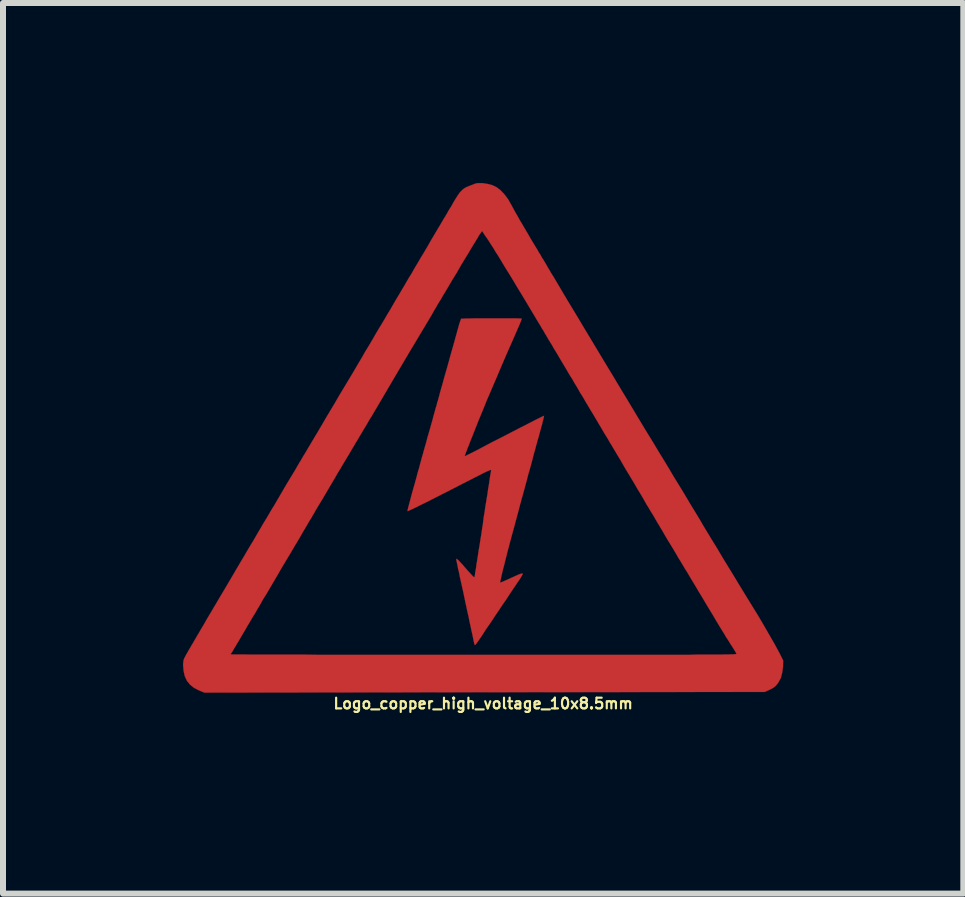
<source format=kicad_pcb>
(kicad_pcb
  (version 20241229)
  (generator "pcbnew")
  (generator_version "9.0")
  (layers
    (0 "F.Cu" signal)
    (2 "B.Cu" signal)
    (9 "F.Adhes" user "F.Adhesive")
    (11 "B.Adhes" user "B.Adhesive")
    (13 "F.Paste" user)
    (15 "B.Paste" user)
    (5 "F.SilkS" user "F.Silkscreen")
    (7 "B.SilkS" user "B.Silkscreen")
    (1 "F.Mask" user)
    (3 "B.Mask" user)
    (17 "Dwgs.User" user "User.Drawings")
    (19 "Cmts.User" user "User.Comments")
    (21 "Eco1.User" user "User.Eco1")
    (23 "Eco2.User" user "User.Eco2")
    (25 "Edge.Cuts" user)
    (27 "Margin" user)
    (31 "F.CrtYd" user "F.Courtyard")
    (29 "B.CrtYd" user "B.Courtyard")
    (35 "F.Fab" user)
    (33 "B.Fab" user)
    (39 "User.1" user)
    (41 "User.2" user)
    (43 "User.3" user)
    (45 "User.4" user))
  (footprint "Logo_copper_high_voltage_10x8.5mm"
    (layer "F.Cu")
    (at 5 4.235)
    (property "Reference" "Logo_copper_high_voltage_10x8.5mm" (at 0 4.437 0) (layer "F.SilkS") (effects (font (size 0.178 0.178) (thickness 0.036))))
    (attr through_hole)
    (fp_poly (pts (xy 1.016 -0.358) (xy 1.013 -0.348) (xy 1.008 -0.323) (xy 0.998 -0.284) (xy 0.986 -0.239) (xy 0.986 -0.229) (xy 0.968 -0.17) (xy 0.95 -0.102) (xy 0.93 -0.028) (xy 0.912 0.036) (xy 0.909 0.043) (xy 0.897 0.089) (xy 0.884 0.132) (xy 0.874 0.175) (xy 0.861 0.221) (xy 0.846 0.272) (xy 0.831 0.33) (xy 0.813 0.401) (xy 0.79 0.485) (xy 0.762 0.587) (xy 0.759 0.589) (xy 0.732 0.696) (xy 0.709 0.782) (xy 0.688 0.859) (xy 0.671 0.922) (xy 0.655 0.98) (xy 0.64 1.031) (xy 0.627 1.082) (xy 0.612 1.133) (xy 0.61 1.146) (xy 0.594 1.204) (xy 0.579 1.262) (xy 0.564 1.316) (xy 0.554 1.356) (xy 0.551 1.367) (xy 0.511 1.514) (xy 0.472 1.656) (xy 0.437 1.788) (xy 0.404 1.913) (xy 0.376 2.024) (xy 0.351 2.126) (xy 0.328 2.212) (xy 0.31 2.289) (xy 0.297 2.347) (xy 0.287 2.388) (xy 0.284 2.413) (xy 0.284 2.421) (xy 0.297 2.418) (xy 0.323 2.408) (xy 0.363 2.39) (xy 0.409 2.37) (xy 0.455 2.349) (xy 0.521 2.319) (xy 0.572 2.296) (xy 0.607 2.281) (xy 0.632 2.273) (xy 0.65 2.271) (xy 0.658 2.273) (xy 0.66 2.273) (xy 0.66 2.276) (xy 0.658 2.283) (xy 0.653 2.294) (xy 0.643 2.309) (xy 0.63 2.332) (xy 0.61 2.365) (xy 0.582 2.405) (xy 0.546 2.459) (xy 0.503 2.522) (xy 0.45 2.601) (xy 0.389 2.695) (xy 0.376 2.715) (xy 0.32 2.794) (xy 0.262 2.883) (xy 0.201 2.972) (xy 0.145 3.058) (xy 0.091 3.137) (xy 0.043 3.205) (xy 0.03 3.226) (xy -0.015 3.297) (xy -0.053 3.353) (xy -0.081 3.393) (xy -0.104 3.424) (xy -0.119 3.447) (xy -0.13 3.457) (xy -0.137 3.462) (xy -0.14 3.462) (xy -0.142 3.457) (xy -0.142 3.454) (xy -0.147 3.439) (xy -0.155 3.409) (xy -0.163 3.368) (xy -0.173 3.32) (xy -0.18 3.284) (xy -0.193 3.231) (xy -0.206 3.165) (xy -0.224 3.086) (xy -0.241 3) (xy -0.262 2.908) (xy -0.282 2.814) (xy -0.29 2.779) (xy -0.31 2.682) (xy -0.33 2.586) (xy -0.351 2.492) (xy -0.371 2.403) (xy -0.389 2.324) (xy -0.401 2.258) (xy -0.414 2.205) (xy -0.417 2.195) (xy -0.427 2.139) (xy -0.437 2.093) (xy -0.445 2.055) (xy -0.447 2.032) (xy -0.447 2.027) (xy -0.439 2.027) (xy -0.429 2.035) (xy -0.409 2.052) (xy -0.381 2.083) (xy -0.343 2.123) (xy -0.297 2.177) (xy -0.246 2.235) (xy -0.208 2.276) (xy -0.18 2.306) (xy -0.163 2.324) (xy -0.15 2.332) (xy -0.145 2.332) (xy -0.142 2.322) (xy -0.137 2.294) (xy -0.132 2.253) (xy -0.122 2.2) (xy -0.114 2.141) (xy -0.112 2.123) (xy -0.099 2.047) (xy -0.086 1.963) (xy -0.074 1.882) (xy -0.061 1.808) (xy -0.053 1.758) (xy -0.043 1.692) (xy -0.03 1.613) (xy -0.018 1.529) (xy -0.005 1.45) (xy 0 1.407) (xy 0.01 1.328) (xy 0.025 1.24) (xy 0.038 1.148) (xy 0.053 1.062) (xy 0.058 1.026) (xy 0.071 0.953) (xy 0.081 0.876) (xy 0.094 0.8) (xy 0.104 0.734) (xy 0.109 0.696) (xy 0.117 0.645) (xy 0.124 0.602) (xy 0.13 0.569) (xy 0.132 0.554) (xy 0.132 0.551) (xy 0.132 0.546) (xy 0.124 0.544) (xy 0.112 0.549) (xy 0.086 0.559) (xy 0.053 0.574) (xy 0.005 0.597) (xy -0.053 0.627) (xy -0.13 0.665) (xy -0.173 0.688) (xy -0.358 0.782) (xy -0.526 0.869) (xy -0.676 0.945) (xy -0.81 1.013) (xy -0.925 1.072) (xy -1.024 1.12) (xy -1.105 1.161) (xy -1.168 1.191) (xy -1.217 1.214) (xy -1.247 1.227) (xy -1.26 1.232) (xy -1.26 1.229) (xy -1.26 1.217) (xy -1.252 1.186) (xy -1.24 1.138) (xy -1.224 1.079) (xy -1.206 1.011) (xy -1.186 0.935) (xy -1.163 0.853) (xy -1.138 0.767) (xy -1.12 0.701) (xy -1.102 0.635) (xy -1.085 0.569) (xy -1.067 0.511) (xy -1.054 0.46) (xy -1.046 0.429) (xy -1.034 0.386) (xy -1.019 0.33) (xy -1.001 0.269) (xy -0.986 0.213) (xy -0.968 0.15) (xy -0.947 0.079) (xy -0.93 0.01) (xy -0.917 -0.033) (xy -0.902 -0.084) (xy -0.884 -0.147) (xy -0.864 -0.218) (xy -0.843 -0.292) (xy -0.831 -0.34) (xy -0.813 -0.404) (xy -0.795 -0.47) (xy -0.777 -0.528) (xy -0.765 -0.579) (xy -0.754 -0.61) (xy -0.747 -0.638) (xy -0.734 -0.683) (xy -0.719 -0.742) (xy -0.699 -0.813) (xy -0.676 -0.892) (xy -0.653 -0.978) (xy -0.627 -1.069) (xy -0.615 -1.11) (xy -0.587 -1.209) (xy -0.559 -1.311) (xy -0.531 -1.412) (xy -0.503 -1.509) (xy -0.478 -1.598) (xy -0.457 -1.676) (xy -0.439 -1.737) (xy -0.437 -1.748) (xy -0.419 -1.811) (xy -0.404 -1.867) (xy -0.389 -1.915) (xy -0.376 -1.951) (xy -0.368 -1.971) (xy -0.366 -1.974) (xy -0.353 -1.976) (xy -0.325 -1.976) (xy -0.279 -1.979) (xy -0.221 -1.979) (xy -0.152 -1.981) (xy -0.076 -1.981) (xy 0.003 -1.981) (xy 0.089 -1.981) (xy 0.175 -1.981) (xy 0.264 -1.981) (xy 0.345 -1.981) (xy 0.424 -1.981) (xy 0.493 -1.981) (xy 0.551 -1.981) (xy 0.597 -1.979) (xy 0.627 -1.979) (xy 0.643 -1.976) (xy 0.64 -1.966) (xy 0.632 -1.941) (xy 0.617 -1.905) (xy 0.602 -1.869) (xy 0.503 -1.641) (xy 0.404 -1.417) (xy 0.312 -1.204) (xy 0.224 -0.996) (xy 0.14 -0.8) (xy 0.061 -0.617) (xy -0.008 -0.445) (xy -0.074 -0.287) (xy -0.13 -0.145) (xy -0.18 -0.018) (xy -0.193 0.013) (xy -0.218 0.076) (xy -0.241 0.137) (xy -0.262 0.188) (xy -0.277 0.231) (xy -0.29 0.259) (xy -0.29 0.264) (xy -0.3 0.292) (xy -0.307 0.31) (xy -0.307 0.315) (xy -0.297 0.312) (xy -0.272 0.3) (xy -0.229 0.279) (xy -0.173 0.251) (xy -0.104 0.216) (xy -0.023 0.173) (xy 0.069 0.124) (xy 0.17 0.071) (xy 0.282 0.015) (xy 0.401 -0.046) (xy 0.424 -0.058) (xy 0.518 -0.107) (xy 0.61 -0.155) (xy 0.696 -0.198) (xy 0.775 -0.239) (xy 0.843 -0.274) (xy 0.904 -0.305) (xy 0.955 -0.33) (xy 0.991 -0.348) (xy 1.011 -0.356) (xy 1.016 -0.358)) (stroke (width 0.003) (type solid)) (fill yes) (layer "F.Cu"))
    (fp_poly (pts (xy 4.999 3.721) (xy 4.996 3.82) (xy 4.983 3.919) (xy 4.961 4.008) (xy 4.92 4.084) (xy 4.897 4.115) (xy 4.874 4.143) (xy 4.846 4.166) (xy 4.813 4.186) (xy 4.775 4.206) (xy 4.691 4.244) (xy 4.221 4.244) (xy 4.221 3.609) (xy 4.214 3.594) (xy 4.199 3.569) (xy 4.176 3.531) (xy 4.148 3.485) (xy 4.13 3.459) (xy 4.112 3.432) (xy 4.1 3.409) (xy 4.084 3.386) (xy 4.072 3.365) (xy 4.056 3.343) (xy 4.041 3.32) (xy 4.026 3.292) (xy 4.006 3.259) (xy 3.98 3.218) (xy 3.952 3.172) (xy 3.919 3.117) (xy 3.879 3.051) (xy 3.833 2.972) (xy 3.777 2.88) (xy 3.713 2.774) (xy 3.647 2.662) (xy 3.589 2.568) (xy 3.536 2.477) (xy 3.485 2.393) (xy 3.439 2.316) (xy 3.399 2.248) (xy 3.363 2.192) (xy 3.338 2.149) (xy 3.32 2.118) (xy 3.31 2.103) (xy 3.299 2.083) (xy 3.279 2.05) (xy 3.251 2.007) (xy 3.221 1.953) (xy 3.188 1.897) (xy 3.17 1.867) (xy 3.127 1.796) (xy 3.078 1.717) (xy 3.03 1.636) (xy 2.987 1.56) (xy 2.946 1.494) (xy 2.946 1.491) (xy 2.908 1.43) (xy 2.87 1.364) (xy 2.835 1.303) (xy 2.802 1.25) (xy 2.779 1.212) (xy 2.753 1.168) (xy 2.72 1.115) (xy 2.685 1.052) (xy 2.647 0.986) (xy 2.609 0.922) (xy 2.606 0.919) (xy 2.565 0.851) (xy 2.52 0.772) (xy 2.469 0.688) (xy 2.421 0.607) (xy 2.377 0.536) (xy 2.337 0.467) (xy 2.291 0.386) (xy 2.24 0.302) (xy 2.189 0.216) (xy 2.141 0.135) (xy 2.118 0.099) (xy 2.075 0.023) (xy 2.024 -0.058) (xy 1.974 -0.145) (xy 1.925 -0.226) (xy 1.882 -0.3) (xy 1.864 -0.33) (xy 1.829 -0.389) (xy 1.796 -0.442) (xy 1.768 -0.49) (xy 1.745 -0.528) (xy 1.73 -0.554) (xy 1.727 -0.559) (xy 1.714 -0.579) (xy 1.694 -0.615) (xy 1.669 -0.658) (xy 1.638 -0.709) (xy 1.615 -0.744) (xy 1.585 -0.798) (xy 1.557 -0.846) (xy 1.532 -0.886) (xy 1.514 -0.917) (xy 1.506 -0.93) (xy 1.496 -0.95) (xy 1.476 -0.983) (xy 1.448 -1.026) (xy 1.417 -1.079) (xy 1.384 -1.135) (xy 1.369 -1.161) (xy 1.326 -1.232) (xy 1.278 -1.313) (xy 1.227 -1.4) (xy 1.176 -1.483) (xy 1.133 -1.56) (xy 1.13 -1.562) (xy 1.092 -1.623) (xy 1.059 -1.681) (xy 1.026 -1.735) (xy 1.001 -1.781) (xy 0.98 -1.811) (xy 0.975 -1.821) (xy 0.958 -1.852) (xy 0.93 -1.897) (xy 0.894 -1.956) (xy 0.853 -2.027) (xy 0.805 -2.106) (xy 0.752 -2.195) (xy 0.696 -2.289) (xy 0.638 -2.385) (xy 0.577 -2.484) (xy 0.518 -2.583) (xy 0.46 -2.68) (xy 0.401 -2.774) (xy 0.348 -2.86) (xy 0.3 -2.941) (xy 0.257 -3.012) (xy 0.218 -3.073) (xy 0.213 -3.078) (xy 0.175 -3.145) (xy 0.135 -3.205) (xy 0.097 -3.266) (xy 0.061 -3.32) (xy 0.028 -3.365) (xy 0.005 -3.401) (xy -0.01 -3.426) (xy -0.02 -3.434) (xy -0.025 -3.426) (xy -0.043 -3.401) (xy -0.069 -3.363) (xy -0.102 -3.307) (xy -0.142 -3.241) (xy -0.191 -3.162) (xy -0.244 -3.071) (xy -0.305 -2.972) (xy -0.371 -2.863) (xy -0.439 -2.743) (xy -0.516 -2.619) (xy -0.592 -2.489) (xy -0.673 -2.355) (xy -0.714 -2.283) (xy -0.729 -2.261) (xy -0.752 -2.223) (xy -0.78 -2.174) (xy -0.815 -2.116) (xy -0.851 -2.052) (xy -0.889 -1.986) (xy -1.059 -1.702) (xy -1.222 -1.43) (xy -1.377 -1.168) (xy -1.527 -0.914) (xy -1.671 -0.668) (xy -1.816 -0.422) (xy -1.857 -0.353) (xy -1.895 -0.292) (xy -1.93 -0.231) (xy -1.963 -0.175) (xy -1.991 -0.13) (xy -2.012 -0.094) (xy -2.017 -0.084) (xy -2.035 -0.056) (xy -2.06 -0.013) (xy -2.09 0.038) (xy -2.126 0.097) (xy -2.164 0.163) (xy -2.192 0.208) (xy -2.23 0.274) (xy -2.268 0.338) (xy -2.304 0.396) (xy -2.334 0.447) (xy -2.357 0.485) (xy -2.367 0.505) (xy -2.39 0.541) (xy -2.418 0.587) (xy -2.449 0.64) (xy -2.479 0.693) (xy -2.484 0.701) (xy -2.532 0.782) (xy -2.581 0.866) (xy -2.629 0.947) (xy -2.675 1.026) (xy -2.718 1.095) (xy -2.751 1.151) (xy -2.764 1.171) (xy -2.789 1.214) (xy -2.814 1.26) (xy -2.837 1.298) (xy -2.84 1.3) (xy -2.852 1.326) (xy -2.878 1.367) (xy -2.911 1.422) (xy -2.954 1.496) (xy -3.005 1.582) (xy -3.063 1.684) (xy -3.132 1.798) (xy -3.205 1.923) (xy -3.289 2.062) (xy -3.378 2.212) (xy -3.381 2.217) (xy -3.426 2.296) (xy -3.475 2.38) (xy -3.526 2.466) (xy -3.574 2.548) (xy -3.617 2.621) (xy -3.645 2.664) (xy -3.683 2.728) (xy -3.721 2.797) (xy -3.759 2.86) (xy -3.792 2.918) (xy -3.82 2.964) (xy -3.825 2.969) (xy -3.853 3.018) (xy -3.881 3.066) (xy -3.904 3.106) (xy -3.922 3.134) (xy -3.962 3.205) (xy -4.003 3.274) (xy -4.044 3.343) (xy -4.082 3.409) (xy -4.117 3.467) (xy -4.148 3.518) (xy -4.171 3.559) (xy -4.188 3.586) (xy -4.196 3.599) (xy -4.199 3.599) (xy -4.206 3.614) (xy -4.206 3.617) (xy -4.196 3.617) (xy -4.168 3.619) (xy -4.12 3.619) (xy -4.054 3.619) (xy -3.97 3.619) (xy -3.868 3.622) (xy -3.754 3.622) (xy -3.622 3.622) (xy -3.475 3.622) (xy -3.315 3.622) (xy -3.139 3.622) (xy -2.951 3.622) (xy -2.753 3.625) (xy -2.543 3.625) (xy -2.319 3.625) (xy -2.088 3.625) (xy -1.847 3.625) (xy -1.595 3.625) (xy -1.336 3.625) (xy -1.072 3.625) (xy -0.798 3.625) (xy -0.518 3.625) (xy -0.231 3.625) (xy 0.01 3.625) (xy 0.358 3.625) (xy 0.686 3.625) (xy 0.993 3.625) (xy 1.283 3.625) (xy 1.557 3.625) (xy 1.811 3.625) (xy 2.05 3.625) (xy 2.273 3.625) (xy 2.482 3.625) (xy 2.672 3.625) (xy 2.85 3.625) (xy 3.012 3.625) (xy 3.165 3.625) (xy 3.302 3.625) (xy 3.426 3.625) (xy 3.541 3.622) (xy 3.642 3.622) (xy 3.734 3.622) (xy 3.815 3.622) (xy 3.889 3.622) (xy 3.952 3.622) (xy 4.008 3.619) (xy 4.054 3.619) (xy 4.094 3.619) (xy 4.128 3.617) (xy 4.155 3.617) (xy 4.178 3.617) (xy 4.194 3.614) (xy 4.206 3.614) (xy 4.214 3.612) (xy 4.219 3.612) (xy 4.221 3.609) (xy 4.221 4.244) (xy 0.023 4.249) (xy -4.643 4.255) (xy -4.732 4.219) (xy -4.816 4.176) (xy -4.884 4.122) (xy -4.935 4.059) (xy -4.971 3.983) (xy -4.991 3.894) (xy -4.999 3.8) (xy -4.999 3.772) (xy -4.996 3.749) (xy -4.994 3.729) (xy -4.989 3.706) (xy -4.978 3.68) (xy -4.963 3.65) (xy -4.94 3.609) (xy -4.912 3.559) (xy -4.874 3.495) (xy -4.854 3.459) (xy -4.821 3.404) (xy -4.788 3.348) (xy -4.76 3.299) (xy -4.737 3.261) (xy -4.722 3.236) (xy -4.704 3.203) (xy -4.676 3.157) (xy -4.643 3.101) (xy -4.608 3.038) (xy -4.567 2.969) (xy -4.526 2.901) (xy -4.488 2.835) (xy -4.481 2.824) (xy -4.458 2.786) (xy -4.43 2.738) (xy -4.397 2.682) (xy -4.361 2.621) (xy -4.326 2.563) (xy -4.285 2.494) (xy -4.239 2.416) (xy -4.191 2.334) (xy -4.145 2.256) (xy -4.117 2.207) (xy -4.079 2.144) (xy -4.039 2.075) (xy -3.998 2.007) (xy -3.962 1.946) (xy -3.937 1.902) (xy -3.907 1.852) (xy -3.871 1.791) (xy -3.83 1.725) (xy -3.79 1.656) (xy -3.754 1.593) (xy -3.716 1.529) (xy -3.678 1.463) (xy -3.64 1.4) (xy -3.607 1.346) (xy -3.581 1.303) (xy -3.581 1.3) (xy -3.566 1.278) (xy -3.551 1.25) (xy -3.531 1.217) (xy -3.51 1.181) (xy -3.482 1.138) (xy -3.452 1.085) (xy -3.416 1.024) (xy -3.376 0.955) (xy -3.327 0.871) (xy -3.272 0.777) (xy -3.208 0.671) (xy -3.134 0.549) (xy -3.053 0.409) (xy -3.048 0.404) (xy -3.005 0.328) (xy -2.959 0.254) (xy -2.916 0.18) (xy -2.878 0.117) (xy -2.845 0.061) (xy -2.819 0.018) (xy -2.809 0) (xy -2.789 -0.033) (xy -2.761 -0.079) (xy -2.725 -0.14) (xy -2.685 -0.208) (xy -2.642 -0.282) (xy -2.596 -0.361) (xy -2.555 -0.429) (xy -2.471 -0.569) (xy -2.393 -0.704) (xy -2.316 -0.831) (xy -2.245 -0.95) (xy -2.179 -1.059) (xy -2.121 -1.158) (xy -2.07 -1.245) (xy -2.029 -1.313) (xy -2.007 -1.351) (xy -1.989 -1.384) (xy -1.961 -1.433) (xy -1.925 -1.491) (xy -1.882 -1.562) (xy -1.836 -1.641) (xy -1.788 -1.725) (xy -1.737 -1.811) (xy -1.699 -1.872) (xy -1.646 -1.961) (xy -1.593 -2.052) (xy -1.539 -2.141) (xy -1.491 -2.225) (xy -1.445 -2.304) (xy -1.405 -2.37) (xy -1.374 -2.423) (xy -1.359 -2.449) (xy -1.321 -2.512) (xy -1.28 -2.583) (xy -1.24 -2.652) (xy -1.201 -2.713) (xy -1.181 -2.748) (xy -1.151 -2.802) (xy -1.113 -2.865) (xy -1.072 -2.934) (xy -1.031 -3.005) (xy -1.001 -3.053) (xy -0.927 -3.178) (xy -0.864 -3.289) (xy -0.805 -3.388) (xy -0.754 -3.475) (xy -0.711 -3.546) (xy -0.678 -3.602) (xy -0.655 -3.642) (xy -0.64 -3.665) (xy -0.625 -3.691) (xy -0.602 -3.729) (xy -0.577 -3.774) (xy -0.546 -3.825) (xy -0.538 -3.835) (xy -0.493 -3.917) (xy -0.455 -3.98) (xy -0.422 -4.031) (xy -0.394 -4.072) (xy -0.366 -4.102) (xy -0.34 -4.128) (xy -0.312 -4.148) (xy -0.282 -4.166) (xy -0.244 -4.181) (xy -0.201 -4.199) (xy -0.193 -4.201) (xy -0.15 -4.219) (xy -0.119 -4.229) (xy -0.089 -4.234) (xy -0.058 -4.234) (xy -0.013 -4.234) (xy 0.071 -4.221) (xy 0.15 -4.201) (xy 0.224 -4.166) (xy 0.29 -4.115) (xy 0.353 -4.049) (xy 0.414 -3.967) (xy 0.472 -3.866) (xy 0.505 -3.805) (xy 0.518 -3.78) (xy 0.541 -3.739) (xy 0.572 -3.686) (xy 0.607 -3.622) (xy 0.65 -3.551) (xy 0.696 -3.472) (xy 0.744 -3.391) (xy 0.792 -3.307) (xy 0.843 -3.223) (xy 0.892 -3.142) (xy 0.935 -3.068) (xy 0.953 -3.043) (xy 0.975 -3) (xy 1.008 -2.949) (xy 1.044 -2.888) (xy 1.082 -2.822) (xy 1.123 -2.753) (xy 1.125 -2.748) (xy 1.179 -2.662) (xy 1.24 -2.558) (xy 1.311 -2.438) (xy 1.389 -2.306) (xy 1.478 -2.159) (xy 1.575 -1.999) (xy 1.676 -1.829) (xy 1.786 -1.646) (xy 1.902 -1.453) (xy 2.024 -1.25) (xy 2.151 -1.041) (xy 2.281 -0.823) (xy 2.418 -0.597) (xy 2.555 -0.368) (xy 2.697 -0.132) (xy 2.842 0.104) (xy 2.878 0.165) (xy 2.941 0.269) (xy 3.01 0.381) (xy 3.084 0.503) (xy 3.157 0.627) (xy 3.233 0.752) (xy 3.31 0.876) (xy 3.383 0.998) (xy 3.452 1.115) (xy 3.518 1.222) (xy 3.576 1.318) (xy 3.627 1.402) (xy 3.655 1.453) (xy 3.741 1.595) (xy 3.818 1.722) (xy 3.889 1.836) (xy 3.952 1.943) (xy 4.011 2.042) (xy 4.069 2.136) (xy 4.125 2.228) (xy 4.181 2.319) (xy 4.239 2.416) (xy 4.293 2.504) (xy 4.394 2.67) (xy 4.486 2.819) (xy 4.569 2.954) (xy 4.643 3.078) (xy 4.707 3.188) (xy 4.765 3.289) (xy 4.818 3.381) (xy 4.864 3.462) (xy 4.905 3.538) (xy 4.938 3.599) (xy 4.999 3.721)) (stroke (width 0.003) (type solid)) (fill yes) (layer "F.Cu")))
  (gr_rect
    (start -3 -3)
    (end 13 11.839)
    (stroke (width 0.1) (type default))
    (fill no)
    (layer "Edge.Cuts")))
</source>
